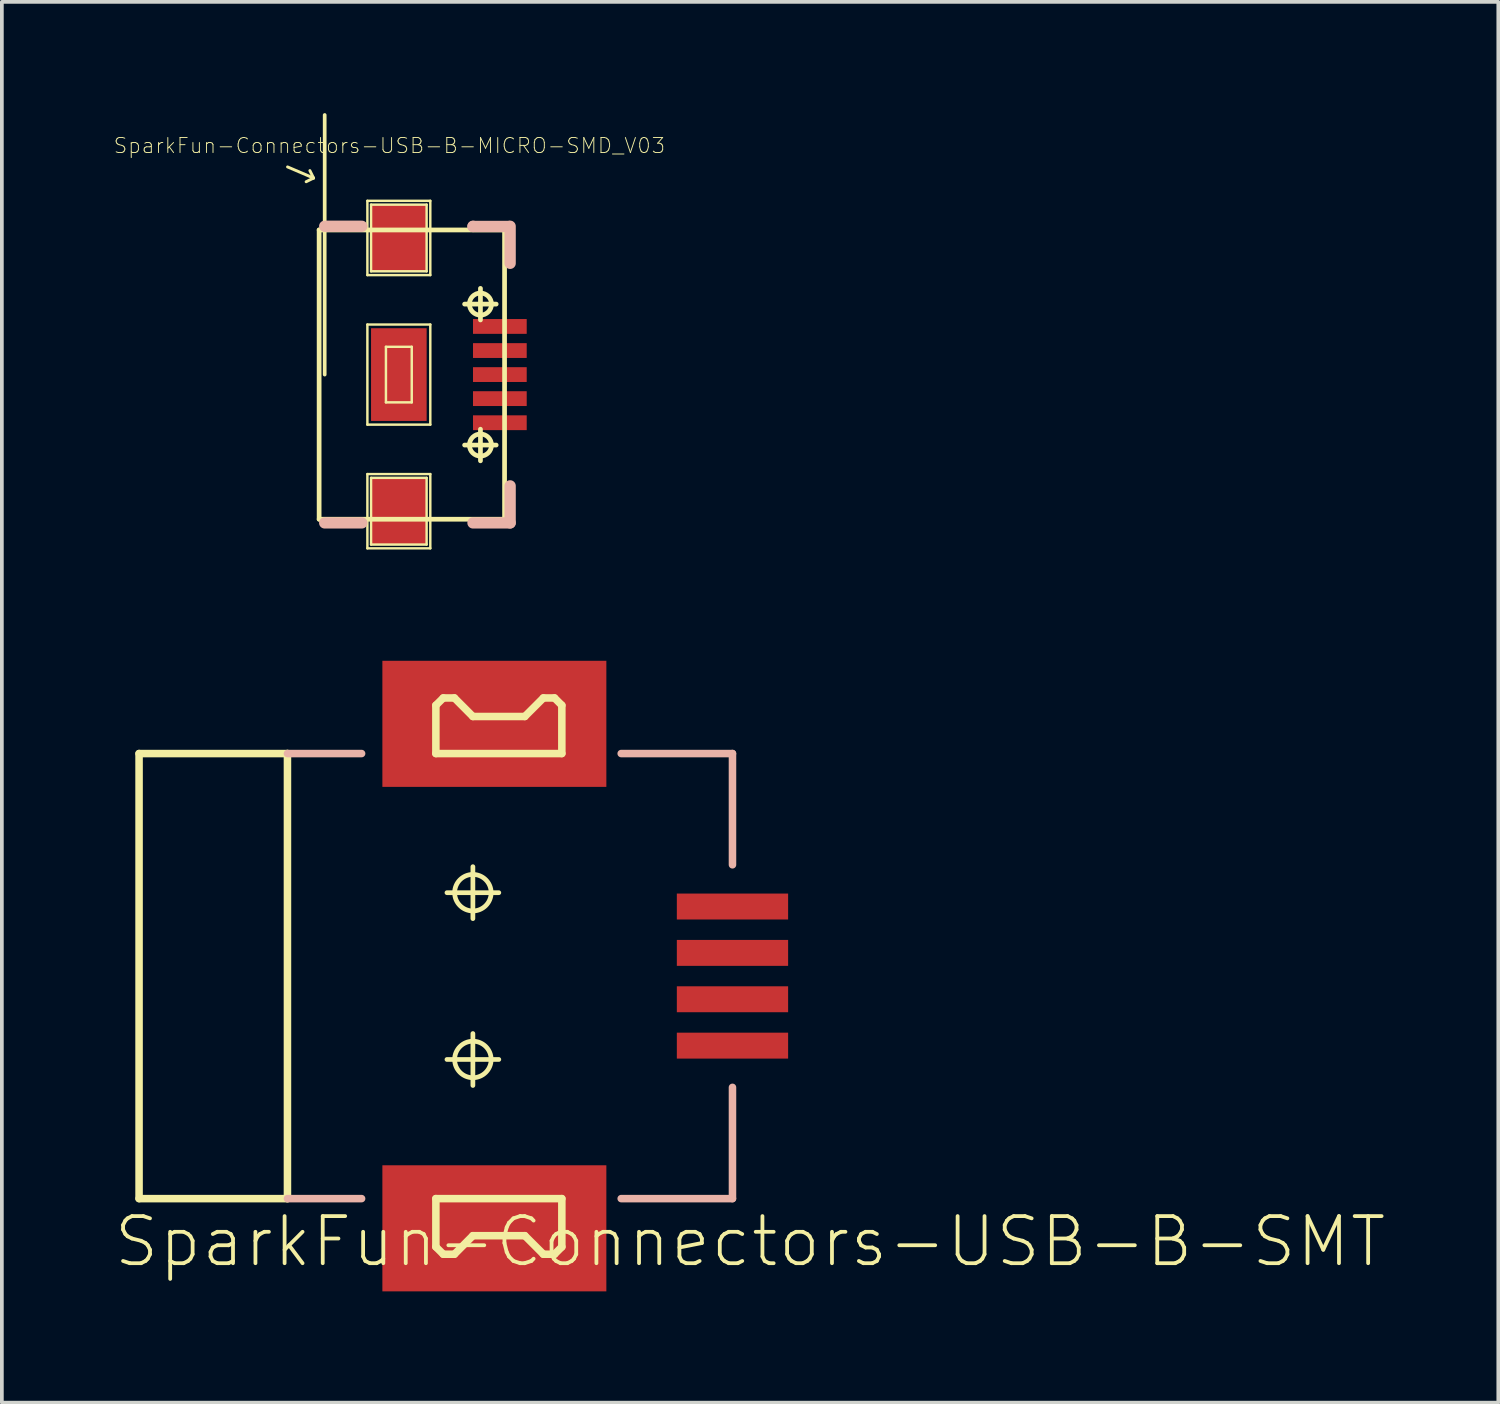
<source format=kicad_pcb>
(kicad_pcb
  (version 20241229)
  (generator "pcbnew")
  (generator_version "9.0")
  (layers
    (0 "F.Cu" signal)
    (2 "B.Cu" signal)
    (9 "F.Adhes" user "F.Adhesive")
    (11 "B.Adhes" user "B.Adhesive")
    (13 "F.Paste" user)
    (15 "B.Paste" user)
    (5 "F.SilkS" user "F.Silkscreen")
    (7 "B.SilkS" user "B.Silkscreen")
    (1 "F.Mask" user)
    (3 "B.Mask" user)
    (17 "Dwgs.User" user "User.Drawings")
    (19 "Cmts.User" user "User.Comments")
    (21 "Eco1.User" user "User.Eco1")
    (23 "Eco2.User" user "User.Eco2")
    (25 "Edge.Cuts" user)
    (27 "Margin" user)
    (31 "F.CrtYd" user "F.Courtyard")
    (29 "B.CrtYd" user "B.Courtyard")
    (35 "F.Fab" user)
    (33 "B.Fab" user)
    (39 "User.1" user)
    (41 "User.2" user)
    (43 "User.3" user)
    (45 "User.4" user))
  (footprint "SparkFun-Connectors-USB-B-SMT"
    (layer "F.Cu")
    (at 9.698 23.263)
    (property "Reference" "SparkFun-Connectors-USB-B-SMT" (at 7.473 7.158 0) (layer "F.SilkS") (effects (font (size 1.27 1.27) (thickness 0.102))))
    (attr smd)
    (fp_line (start -8.999 -5.999) (end -8.999 5.999) (stroke (width 0.203) (type solid)) (layer "F.SilkS"))
    (fp_line (start -8.999 5.999) (end -4.999 5.999) (stroke (width 0.203) (type solid)) (layer "F.SilkS"))
    (fp_line (start -4.999 -5.999) (end -8.999 -5.999) (stroke (width 0.203) (type solid)) (layer "F.SilkS"))
    (fp_line (start -4.999 -5.999) (end -4.999 5.999) (stroke (width 0.203) (type solid)) (layer "F.SilkS"))
    (fp_line (start -0.998 -7.3) (end -0.798 -7.498) (stroke (width 0.203) (type solid)) (layer "F.SilkS"))
    (fp_line (start -0.998 -5.999) (end -0.998 -7.3) (stroke (width 0.203) (type solid)) (layer "F.SilkS"))
    (fp_line (start -0.998 5.999) (end -0.998 7.3) (stroke (width 0.203) (type solid)) (layer "F.SilkS"))
    (fp_line (start -0.998 5.999) (end 2.398 5.999) (stroke (width 0.203) (type solid)) (layer "F.SilkS"))
    (fp_line (start -0.998 7.3) (end -0.798 7.498) (stroke (width 0.203) (type solid)) (layer "F.SilkS"))
    (fp_line (start -0.798 -7.498) (end -0.498 -7.498) (stroke (width 0.203) (type solid)) (layer "F.SilkS"))
    (fp_line (start -0.798 7.498) (end -0.498 7.498) (stroke (width 0.203) (type solid)) (layer "F.SilkS"))
    (fp_line (start -0.699 -2.248) (end 0.699 -2.248) (stroke (width 0.127) (type solid)) (layer "F.SilkS"))
    (fp_line (start -0.699 2.248) (end 0.699 2.248) (stroke (width 0.127) (type solid)) (layer "F.SilkS"))
    (fp_line (start -0.498 -7.498) (end 0 -6.998) (stroke (width 0.203) (type solid)) (layer "F.SilkS"))
    (fp_line (start -0.498 7.498) (end 0 6.998) (stroke (width 0.203) (type solid)) (layer "F.SilkS"))
    (fp_line (start 0 -6.998) (end 1.4 -6.998) (stroke (width 0.203) (type solid)) (layer "F.SilkS"))
    (fp_line (start 0 -1.549) (end 0 -2.949) (stroke (width 0.127) (type solid)) (layer "F.SilkS"))
    (fp_line (start 0 2.949) (end 0 1.549) (stroke (width 0.127) (type solid)) (layer "F.SilkS"))
    (fp_line (start 1.4 6.998) (end 0 6.998) (stroke (width 0.203) (type solid)) (layer "F.SilkS"))
    (fp_line (start 1.9 -7.498) (end 1.4 -6.998) (stroke (width 0.203) (type solid)) (layer "F.SilkS"))
    (fp_line (start 1.9 7.498) (end 1.4 6.998) (stroke (width 0.203) (type solid)) (layer "F.SilkS"))
    (fp_line (start 2.2 -7.498) (end 1.9 -7.498) (stroke (width 0.203) (type solid)) (layer "F.SilkS"))
    (fp_line (start 2.2 7.498) (end 1.9 7.498) (stroke (width 0.203) (type solid)) (layer "F.SilkS"))
    (fp_line (start 2.2 7.498) (end 2.398 7.3) (stroke (width 0.203) (type solid)) (layer "F.SilkS"))
    (fp_line (start 2.398 -7.3) (end 2.2 -7.498) (stroke (width 0.203) (type solid)) (layer "F.SilkS"))
    (fp_line (start 2.398 -5.999) (end -0.998 -5.999) (stroke (width 0.203) (type solid)) (layer "F.SilkS"))
    (fp_line (start 2.398 -5.999) (end 2.398 -7.3) (stroke (width 0.203) (type solid)) (layer "F.SilkS"))
    (fp_line (start 2.398 5.999) (end 2.398 7.3) (stroke (width 0.203) (type solid)) (layer "F.SilkS"))
    (fp_circle (center 0 -2.248) (end -0.348 -2.596) (stroke (width 0.127) (type solid)) (fill no) (layer "F.SilkS"))
    (fp_circle (center 0 2.248) (end -0.348 2.596) (stroke (width 0.127) (type solid)) (fill no) (layer "F.SilkS"))
    (fp_line (start -4.999 -5.999) (end -3 -5.999) (stroke (width 0.203) (type solid)) (layer "B.SilkS"))
    (fp_line (start -4.999 5.999) (end -3 5.999) (stroke (width 0.203) (type solid)) (layer "B.SilkS"))
    (fp_line (start 3.998 5.999) (end 6.998 5.999) (stroke (width 0.203) (type solid)) (layer "B.SilkS"))
    (fp_line (start 6.998 -5.999) (end 3.998 -5.999) (stroke (width 0.203) (type solid)) (layer "B.SilkS"))
    (fp_line (start 6.998 -3) (end 6.998 -5.999) (stroke (width 0.203) (type solid)) (layer "B.SilkS"))
    (fp_line (start 6.998 5.999) (end 6.998 3) (stroke (width 0.203) (type solid)) (layer "B.SilkS"))
    (pad "5" smd rect (at 0.579 -6.8) (size 6.038 3.399) (layers "F.Cu" "F.Mask" "F.Paste"))
    (pad "6" smd rect (at 0.579 6.8) (size 6.038 3.399) (layers "F.Cu" "F.Mask" "F.Paste"))
    (pad "D+" smd rect (at 6.998 -1.875) (size 3 0.699) (layers "F.Cu" "F.Mask" "F.Paste"))
    (pad "D-" smd rect (at 6.998 -0.625) (size 3 0.699) (layers "F.Cu" "F.Mask" "F.Paste"))
    (pad "GND" smd rect (at 6.998 0.625) (size 3 0.699) (layers "F.Cu" "F.Mask" "F.Paste"))
    (pad "VUSB" smd rect (at 6.998 1.875) (size 3 0.699) (layers "F.Cu" "F.Mask" "F.Paste")))
  (footprint "SparkFun-Connectors-USB-B-MICRO-SMD_V03"
    (layer "F.Cu")
    (at 7.702 7.048)
    (property "Reference" "SparkFun-Connectors-USB-B-MICRO-SMD_V03" (at -0.254 -6.172 0) (layer "F.SilkS") (effects (font (size 0.406 0.406) (thickness 0.025))))
    (attr smd)
    (fp_line (start -3 -5.598) (end -2.299 -5.298) (stroke (width 0.079) (type solid)) (layer "F.SilkS"))
    (fp_line (start -2.299 -5.298) (end -2.499 -5.199) (stroke (width 0.079) (type solid)) (layer "F.SilkS"))
    (fp_line (start -2.299 -5.298) (end -2.398 -5.499) (stroke (width 0.079) (type solid)) (layer "F.SilkS"))
    (fp_line (start -2.149 -3.899) (end -2.149 3.899) (stroke (width 0.127) (type solid)) (layer "F.SilkS"))
    (fp_line (start -1.999 -6.998) (end -1.999 0) (stroke (width 0.1) (type solid)) (layer "F.SilkS"))
    (fp_line (start -0.848 -4.684) (end 0.848 -4.684) (stroke (width 0.066) (type solid)) (layer "F.SilkS"))
    (fp_line (start -0.848 -2.682) (end -0.848 -4.684) (stroke (width 0.066) (type solid)) (layer "F.SilkS"))
    (fp_line (start -0.848 -2.682) (end 0.848 -2.682) (stroke (width 0.066) (type solid)) (layer "F.SilkS"))
    (fp_line (start -0.848 -1.349) (end 0.848 -1.349) (stroke (width 0.066) (type solid)) (layer "F.SilkS"))
    (fp_line (start -0.848 1.349) (end -0.848 -1.349) (stroke (width 0.066) (type solid)) (layer "F.SilkS"))
    (fp_line (start -0.848 1.349) (end 0.848 1.349) (stroke (width 0.066) (type solid)) (layer "F.SilkS"))
    (fp_line (start -0.848 2.682) (end 0.848 2.682) (stroke (width 0.066) (type solid)) (layer "F.SilkS"))
    (fp_line (start -0.848 4.684) (end -0.848 2.682) (stroke (width 0.066) (type solid)) (layer "F.SilkS"))
    (fp_line (start -0.848 4.684) (end 0.848 4.684) (stroke (width 0.066) (type solid)) (layer "F.SilkS"))
    (fp_line (start -0.749 -4.582) (end 0.749 -4.582) (stroke (width 0.066) (type solid)) (layer "F.SilkS"))
    (fp_line (start -0.749 -2.784) (end -0.749 -4.582) (stroke (width 0.066) (type solid)) (layer "F.SilkS"))
    (fp_line (start -0.749 -2.784) (end 0.749 -2.784) (stroke (width 0.066) (type solid)) (layer "F.SilkS"))
    (fp_line (start -0.749 2.784) (end 0.749 2.784) (stroke (width 0.066) (type solid)) (layer "F.SilkS"))
    (fp_line (start -0.749 4.582) (end -0.749 2.784) (stroke (width 0.066) (type solid)) (layer "F.SilkS"))
    (fp_line (start -0.749 4.582) (end 0.749 4.582) (stroke (width 0.066) (type solid)) (layer "F.SilkS"))
    (fp_line (start -0.348 -0.749) (end 0.348 -0.749) (stroke (width 0.066) (type solid)) (layer "F.SilkS"))
    (fp_line (start -0.348 0.749) (end -0.348 -0.749) (stroke (width 0.066) (type solid)) (layer "F.SilkS"))
    (fp_line (start -0.348 0.749) (end 0.348 0.749) (stroke (width 0.066) (type solid)) (layer "F.SilkS"))
    (fp_line (start 0.348 0.749) (end 0.348 -0.749) (stroke (width 0.066) (type solid)) (layer "F.SilkS"))
    (fp_line (start 0.749 -2.784) (end 0.749 -4.582) (stroke (width 0.066) (type solid)) (layer "F.SilkS"))
    (fp_line (start 0.749 4.582) (end 0.749 2.784) (stroke (width 0.066) (type solid)) (layer "F.SilkS"))
    (fp_line (start 0.848 -2.682) (end 0.848 -4.684) (stroke (width 0.066) (type solid)) (layer "F.SilkS"))
    (fp_line (start 0.848 1.349) (end 0.848 -1.349) (stroke (width 0.066) (type solid)) (layer "F.SilkS"))
    (fp_line (start 0.848 4.684) (end 0.848 2.682) (stroke (width 0.066) (type solid)) (layer "F.SilkS"))
    (fp_line (start 1.773 -1.9) (end 2.624 -1.9) (stroke (width 0.127) (type solid)) (layer "F.SilkS"))
    (fp_line (start 1.773 1.9) (end 2.624 1.9) (stroke (width 0.127) (type solid)) (layer "F.SilkS"))
    (fp_line (start 2.2 -1.473) (end 2.2 -2.324) (stroke (width 0.127) (type solid)) (layer "F.SilkS"))
    (fp_line (start 2.2 2.324) (end 2.2 1.473) (stroke (width 0.127) (type solid)) (layer "F.SilkS"))
    (fp_line (start 2.85 -3.899) (end -2.149 -3.899) (stroke (width 0.127) (type solid)) (layer "F.SilkS"))
    (fp_line (start 2.85 -3.899) (end 2.85 3.899) (stroke (width 0.127) (type solid)) (layer "F.SilkS"))
    (fp_line (start 2.85 3.899) (end -2.149 3.899) (stroke (width 0.127) (type solid)) (layer "F.SilkS"))
    (fp_circle (center 2.2 -1.9) (end 2.41 -2.111) (stroke (width 0.127) (type solid)) (fill no) (layer "F.SilkS"))
    (fp_circle (center 2.2 1.9) (end 2.41 2.111) (stroke (width 0.127) (type solid)) (fill no) (layer "F.SilkS"))
    (fp_line (start -0.998 -3.998) (end -1.999 -3.998) (stroke (width 0.305) (type solid)) (layer "B.SilkS"))
    (fp_line (start -0.998 3.998) (end -1.999 3.998) (stroke (width 0.305) (type solid)) (layer "B.SilkS"))
    (fp_line (start 1.999 -3.993) (end 1.999 -3.998) (stroke (width 0.305) (type solid)) (layer "B.SilkS"))
    (fp_line (start 1.999 3.998) (end 3 3.998) (stroke (width 0.305) (type solid)) (layer "B.SilkS"))
    (fp_line (start 2.979 -3.993) (end 1.999 -3.993) (stroke (width 0.305) (type solid)) (layer "B.SilkS"))
    (fp_line (start 3 -3.998) (end 3 -3) (stroke (width 0.305) (type solid)) (layer "B.SilkS"))
    (fp_line (start 3 3.998) (end 3 3) (stroke (width 0.305) (type solid)) (layer "B.SilkS"))
    (pad "D+" smd rect (at 2.723 0 90) (size 0.399 1.448) (layers "F.Cu" "F.Mask" "F.Paste"))
    (pad "D-" smd rect (at 2.723 -0.648 90) (size 0.399 1.448) (layers "F.Cu" "F.Mask" "F.Paste"))
    (pad "GND" smd rect (at 2.723 1.298 90) (size 0.399 1.448) (layers "F.Cu" "F.Mask" "F.Paste"))
    (pad "ID" smd rect (at 2.723 0.648 90) (size 0.399 1.448) (layers "F.Cu" "F.Mask" "F.Paste"))
    (pad "SHIE" smd rect (at 0 -3.683 90) (size 1.798 1.499) (layers "F.Cu" "F.Mask" "F.Paste"))
    (pad "SHIE" smd rect (at 0 0 90) (size 2.499 1.499) (layers "F.Cu" "F.Mask" "F.Paste"))
    (pad "SHIE" smd rect (at 0 3.683 90) (size 1.798 1.499) (layers "F.Cu" "F.Mask" "F.Paste"))
    (pad "VBUS" smd rect (at 2.723 -1.298 90) (size 0.399 1.448) (layers "F.Cu" "F.Mask" "F.Paste")))
  (gr_rect
    (start -3 -3)
    (end 37.341 34.762)
    (stroke (width 0.1) (type default))
    (fill no)
    (layer "Edge.Cuts")))
</source>
